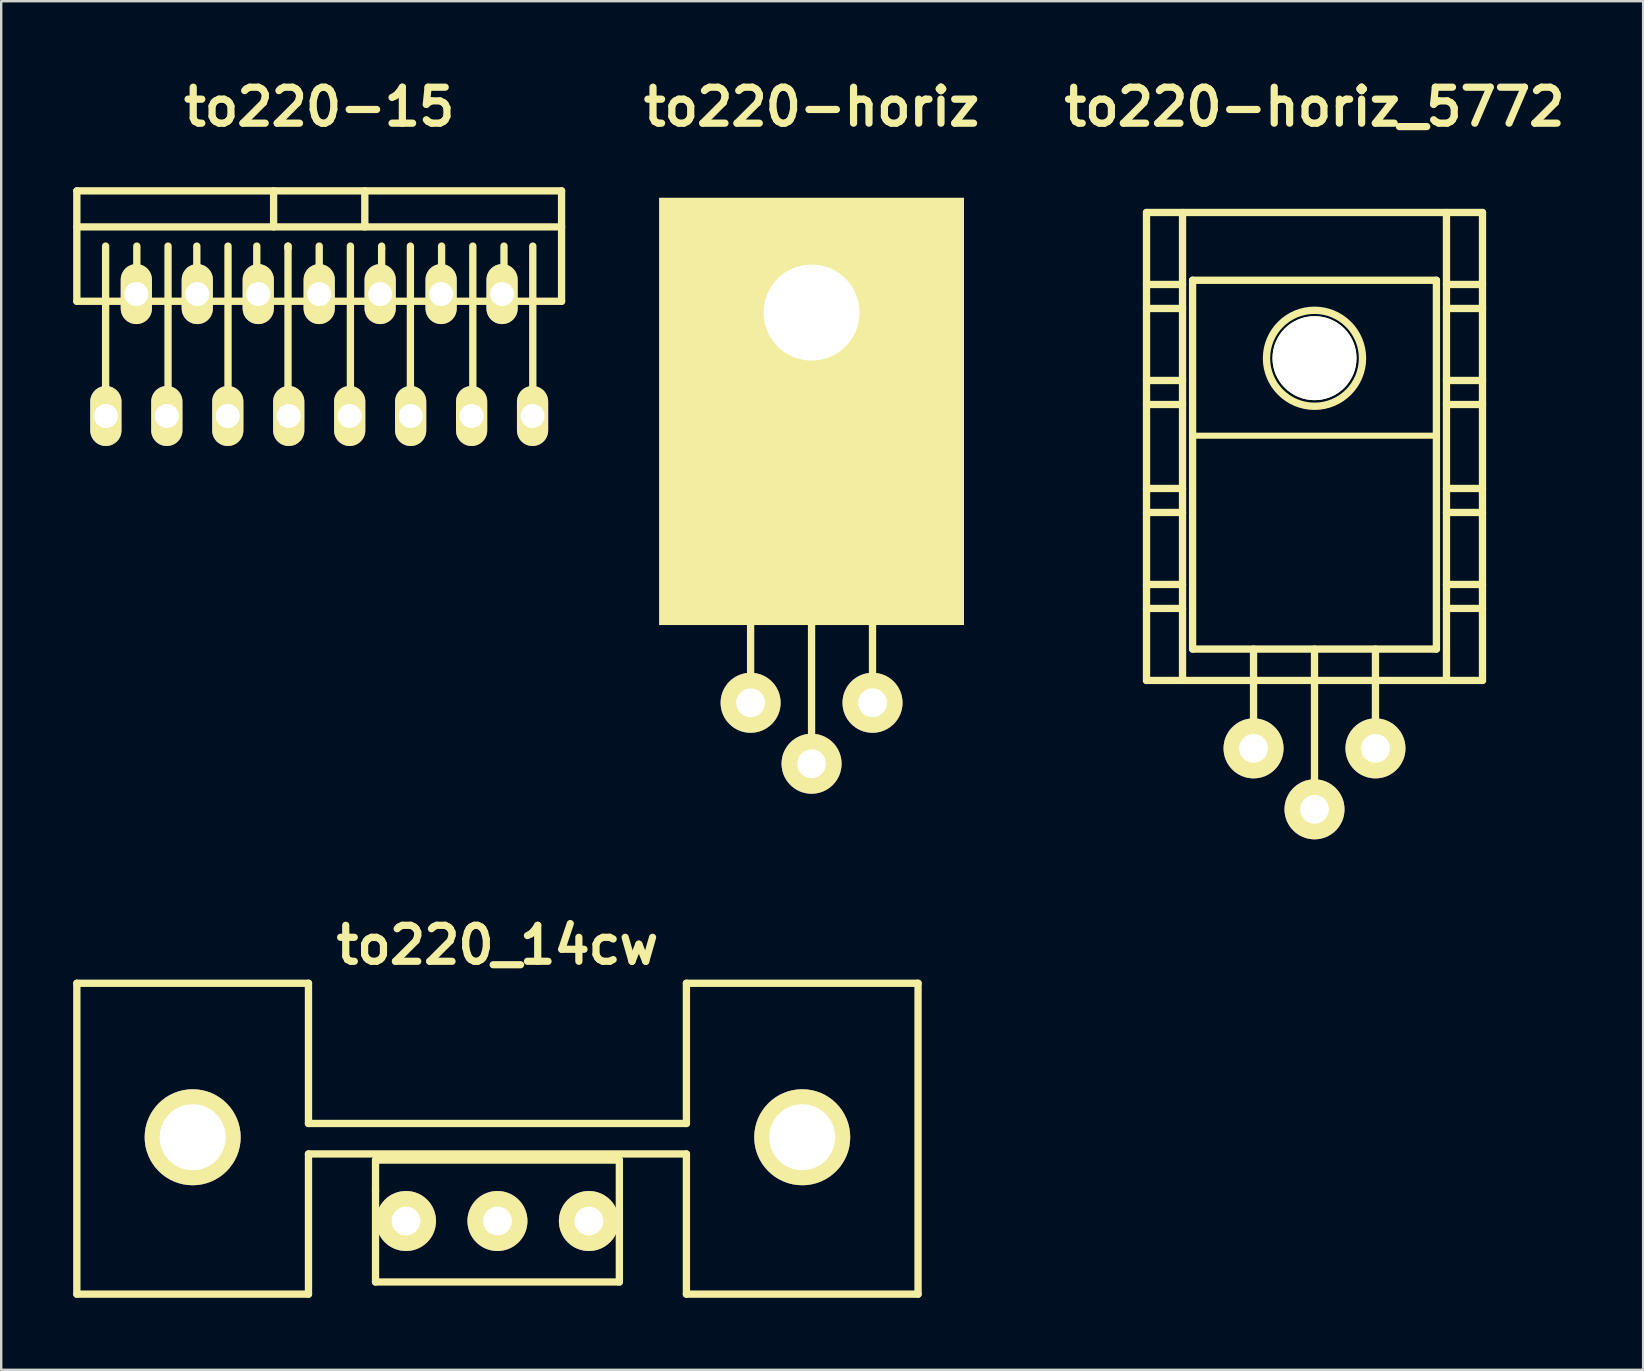
<source format=kicad_pcb>
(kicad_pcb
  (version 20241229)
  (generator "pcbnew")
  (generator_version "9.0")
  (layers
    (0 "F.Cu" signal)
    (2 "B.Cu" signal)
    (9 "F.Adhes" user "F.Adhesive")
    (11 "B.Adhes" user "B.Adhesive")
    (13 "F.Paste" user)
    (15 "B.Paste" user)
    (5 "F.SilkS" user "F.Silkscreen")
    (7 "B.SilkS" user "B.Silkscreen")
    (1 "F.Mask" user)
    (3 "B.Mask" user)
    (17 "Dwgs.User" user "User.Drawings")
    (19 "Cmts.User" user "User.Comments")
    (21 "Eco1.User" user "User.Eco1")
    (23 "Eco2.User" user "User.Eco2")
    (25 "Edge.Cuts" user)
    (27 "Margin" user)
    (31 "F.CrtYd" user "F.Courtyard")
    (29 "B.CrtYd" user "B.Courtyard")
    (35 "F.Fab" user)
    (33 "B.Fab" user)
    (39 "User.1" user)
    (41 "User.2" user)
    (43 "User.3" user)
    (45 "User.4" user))
  (footprint "to220-horiz_5772"
    (layer "F.Cu")
    (at 51.724 19.804)
    (property "Reference" "to220-horiz_5772" (at 0 -18.4 0) (layer "F.SilkS") (effects (font (size 1.5 1.5) (thickness 0.3))))
    (attr through_hole)
    (fp_line (start -7 -14) (end -7 5.499) (stroke (width 0.305) (type solid)) (layer "F.SilkS"))
    (fp_line (start -7 -11.001) (end -5.499 -11.001) (stroke (width 0.305) (type solid)) (layer "F.SilkS"))
    (fp_line (start -7 -10) (end -5.499 -10) (stroke (width 0.305) (type solid)) (layer "F.SilkS"))
    (fp_line (start -7 -7) (end -5.499 -7) (stroke (width 0.305) (type solid)) (layer "F.SilkS"))
    (fp_line (start -7 -5.999) (end -5.499 -5.999) (stroke (width 0.305) (type solid)) (layer "F.SilkS"))
    (fp_line (start -7 -2.499) (end -5.499 -2.499) (stroke (width 0.305) (type solid)) (layer "F.SilkS"))
    (fp_line (start -7 -1.501) (end -5.499 -1.501) (stroke (width 0.305) (type solid)) (layer "F.SilkS"))
    (fp_line (start -7 1.501) (end -5.499 1.501) (stroke (width 0.305) (type solid)) (layer "F.SilkS"))
    (fp_line (start -7 2.499) (end -5.499 2.499) (stroke (width 0.305) (type solid)) (layer "F.SilkS"))
    (fp_line (start -7 5.499) (end 7 5.499) (stroke (width 0.305) (type solid)) (layer "F.SilkS"))
    (fp_line (start -5.499 5.499) (end -5.499 -14) (stroke (width 0.305) (type solid)) (layer "F.SilkS"))
    (fp_line (start -5.08 -11.176) (end -5.08 4.191) (stroke (width 0.305) (type solid)) (layer "F.SilkS"))
    (fp_line (start -5.08 4.191) (end 5.08 4.191) (stroke (width 0.305) (type solid)) (layer "F.SilkS"))
    (fp_line (start -2.54 8.382) (end -2.54 4.191) (stroke (width 0.305) (type solid)) (layer "F.SilkS"))
    (fp_line (start 0 4.191) (end 0 10.922) (stroke (width 0.305) (type solid)) (layer "F.SilkS"))
    (fp_line (start 2.54 8.382) (end 2.54 4.191) (stroke (width 0.305) (type solid)) (layer "F.SilkS"))
    (fp_line (start 5.08 -11.176) (end -5.08 -11.176) (stroke (width 0.305) (type solid)) (layer "F.SilkS"))
    (fp_line (start 5.08 -4.699) (end -5.08 -4.699) (stroke (width 0.254) (type solid)) (layer "F.SilkS"))
    (fp_line (start 5.08 4.191) (end 5.08 -11.176) (stroke (width 0.305) (type solid)) (layer "F.SilkS"))
    (fp_line (start 5.499 -14) (end 5.499 5.499) (stroke (width 0.305) (type solid)) (layer "F.SilkS"))
    (fp_line (start 5.499 -11.001) (end 7 -11.001) (stroke (width 0.305) (type solid)) (layer "F.SilkS"))
    (fp_line (start 5.499 -10) (end 7 -10) (stroke (width 0.305) (type solid)) (layer "F.SilkS"))
    (fp_line (start 5.499 -7) (end 7 -7) (stroke (width 0.305) (type solid)) (layer "F.SilkS"))
    (fp_line (start 5.499 -5.999) (end 7 -5.999) (stroke (width 0.305) (type solid)) (layer "F.SilkS"))
    (fp_line (start 5.499 -2.499) (end 7 -2.499) (stroke (width 0.305) (type solid)) (layer "F.SilkS"))
    (fp_line (start 5.499 -1.501) (end 7 -1.501) (stroke (width 0.305) (type solid)) (layer "F.SilkS"))
    (fp_line (start 5.499 1.501) (end 7 1.501) (stroke (width 0.305) (type solid)) (layer "F.SilkS"))
    (fp_line (start 5.499 2.499) (end 7 2.499) (stroke (width 0.305) (type solid)) (layer "F.SilkS"))
    (fp_line (start 7 -14) (end -7 -14) (stroke (width 0.305) (type solid)) (layer "F.SilkS"))
    (fp_line (start 7 5.499) (end 7 -14) (stroke (width 0.305) (type solid)) (layer "F.SilkS"))
    (fp_circle (center 0 -7.925) (end -1.999 -8.001) (stroke (width 0.305) (type solid)) (fill no) (layer "F.SilkS"))
    (pad "" np_thru_hole circle (at 0 -7.93) (size 3.5 3.5) (drill 3.5) (layers "*.Cu" "*.Mask" "F.SilkS"))
    (pad "1" thru_hole circle (at 2.54 8.33) (size 2.5 2.5) (drill 1.2) (layers "*.Cu" "*.Mask" "F.SilkS"))
    (pad "2" thru_hole circle (at 0 10.87) (size 2.5 2.5) (drill 1.2) (layers "*.Cu" "*.Mask" "F.SilkS"))
    (pad "3" thru_hole circle (at -2.54 8.33) (size 2.5 2.5) (drill 1.2) (layers "*.Cu" "*.Mask" "F.SilkS")))
  (footprint "to220_14cw"
    (layer "F.Cu")
    (at 17.678 47.828)
    (property "Reference" "to220_14cw" (at 0 -11.5 0) (layer "F.SilkS") (effects (font (size 1.5 1.5) (thickness 0.3))))
    (attr through_hole)
    (fp_line (start -17.526 -9.906) (end -17.526 3.048) (stroke (width 0.305) (type solid)) (layer "F.SilkS"))
    (fp_line (start -17.526 3.048) (end -7.874 3.048) (stroke (width 0.305) (type solid)) (layer "F.SilkS"))
    (fp_line (start -7.874 -9.906) (end -17.526 -9.906) (stroke (width 0.305) (type solid)) (layer "F.SilkS"))
    (fp_line (start -7.874 -9.906) (end -7.874 -4.064) (stroke (width 0.305) (type solid)) (layer "F.SilkS"))
    (fp_line (start -7.874 -2.794) (end -7.874 3.048) (stroke (width 0.305) (type solid)) (layer "F.SilkS"))
    (fp_line (start -7.874 -2.794) (end 7.874 -2.794) (stroke (width 0.305) (type solid)) (layer "F.SilkS"))
    (fp_line (start -5.08 -2.54) (end -5.08 -1.27) (stroke (width 0.305) (type solid)) (layer "F.SilkS"))
    (fp_line (start -5.08 -1.27) (end -5.08 2.54) (stroke (width 0.305) (type solid)) (layer "F.SilkS"))
    (fp_line (start -5.08 2.54) (end 5.08 2.54) (stroke (width 0.305) (type solid)) (layer "F.SilkS"))
    (fp_line (start 5.08 -2.54) (end -5.08 -2.54) (stroke (width 0.305) (type solid)) (layer "F.SilkS"))
    (fp_line (start 5.08 2.54) (end 5.08 -2.54) (stroke (width 0.305) (type solid)) (layer "F.SilkS"))
    (fp_line (start 7.874 -9.906) (end 7.874 -4.064) (stroke (width 0.305) (type solid)) (layer "F.SilkS"))
    (fp_line (start 7.874 -4.064) (end -7.874 -4.064) (stroke (width 0.305) (type solid)) (layer "F.SilkS"))
    (fp_line (start 7.874 3.048) (end 7.874 -2.794) (stroke (width 0.305) (type solid)) (layer "F.SilkS"))
    (fp_line (start 7.874 3.048) (end 17.526 3.048) (stroke (width 0.305) (type solid)) (layer "F.SilkS"))
    (fp_line (start 17.526 -9.906) (end 7.874 -9.906) (stroke (width 0.305) (type solid)) (layer "F.SilkS"))
    (fp_line (start 17.526 -9.906) (end 17.526 3.048) (stroke (width 0.305) (type solid)) (layer "F.SilkS"))
    (pad "" thru_hole circle (at -12.7 -3.49) (size 4 4) (drill 2.75) (layers "*.Cu" "*.Mask" "F.SilkS"))
    (pad "" thru_hole circle (at 12.7 -3.49) (size 4 4) (drill 2.75) (layers "*.Cu" "*.Mask" "F.SilkS"))
    (pad "1" thru_hole circle (at 3.81 0) (size 2.5 2.5) (drill 1.2) (layers "*.Cu" "*.Mask" "F.SilkS"))
    (pad "2" thru_hole circle (at 0 0) (size 2.5 2.5) (drill 1.2) (layers "*.Cu" "*.Mask" "F.SilkS"))
    (pad "3" thru_hole circle (at -3.81 0) (size 2.5 2.5) (drill 1.2) (layers "*.Cu" "*.Mask" "F.SilkS")))
  (footprint "to220-horiz"
    (layer "F.Cu")
    (at 30.767 17.904)
    (property "Reference" "to220-horiz" (at 0 -16.5 0) (layer "F.SilkS") (effects (font (size 1.5 1.5) (thickness 0.3))))
    (attr through_hole)
    (fp_line (start -5.08 -11.176) (end -5.08 4.191) (stroke (width 0.305) (type solid)) (layer "F.SilkS"))
    (fp_line (start -5.08 4.191) (end 5.08 4.191) (stroke (width 0.305) (type solid)) (layer "F.SilkS"))
    (fp_line (start -2.54 8.382) (end -2.54 4.191) (stroke (width 0.305) (type solid)) (layer "F.SilkS"))
    (fp_line (start 0 4.191) (end 0 10.922) (stroke (width 0.305) (type solid)) (layer "F.SilkS"))
    (fp_line (start 2.54 8.382) (end 2.54 4.191) (stroke (width 0.305) (type solid)) (layer "F.SilkS"))
    (fp_line (start 5.08 -11.176) (end -5.08 -11.176) (stroke (width 0.305) (type solid)) (layer "F.SilkS"))
    (fp_line (start 5.08 -4.699) (end -5.08 -4.699) (stroke (width 0.254) (type solid)) (layer "F.SilkS"))
    (fp_line (start 5.08 4.191) (end 5.08 -11.176) (stroke (width 0.305) (type solid)) (layer "F.SilkS"))
    (pad "1" thru_hole circle (at 2.54 8.33) (size 2.5 2.5) (drill 1.2) (layers "*.Cu" "*.Mask" "F.SilkS"))
    (pad "2" thru_hole circle (at 0 10.87) (size 2.5 2.5) (drill 1.2) (layers "*.Cu" "*.Mask" "F.SilkS"))
    (pad "3" thru_hole circle (at -2.54 8.33) (size 2.5 2.5) (drill 1.2) (layers "*.Cu" "*.Mask" "F.SilkS"))
    (pad "4" thru_hole rect (at 0 -7.93) (size 12.7 17.8) (drill 4 (offset 0 4.12)) (layers "F.Cu" "F.Mask" "F.SilkS")))
  (footprint "to220-15"
    (layer "F.Cu")
    (at 10.251 9.204)
    (property "Reference" "to220-15" (at 0 -7.8 0) (layer "F.SilkS") (effects (font (size 1.5 1.5) (thickness 0.3))))
    (attr through_hole)
    (fp_line (start -10.099 -4.3) (end -10.099 0.3) (stroke (width 0.305) (type solid)) (layer "F.SilkS"))
    (fp_line (start -10.099 0.3) (end 10.099 0.3) (stroke (width 0.305) (type solid)) (layer "F.SilkS"))
    (fp_line (start -8.9 5.1) (end -8.9 -1.999) (stroke (width 0.305) (type solid)) (layer "F.SilkS"))
    (fp_line (start -7.6 0) (end -7.6 -1.999) (stroke (width 0.305) (type solid)) (layer "F.SilkS"))
    (fp_line (start -6.299 5.1) (end -6.299 -1.999) (stroke (width 0.305) (type solid)) (layer "F.SilkS"))
    (fp_line (start -5.1 0) (end -5.1 -1.999) (stroke (width 0.305) (type solid)) (layer "F.SilkS"))
    (fp_line (start -3.8 5.1) (end -3.8 -1.999) (stroke (width 0.305) (type solid)) (layer "F.SilkS"))
    (fp_line (start -2.601 0) (end -2.601 -1.999) (stroke (width 0.305) (type solid)) (layer "F.SilkS"))
    (fp_line (start -1.9 -2.799) (end -1.9 -4.3) (stroke (width 0.305) (type solid)) (layer "F.SilkS"))
    (fp_line (start -1.3 -1.999) (end -1.3 -1.9) (stroke (width 0.305) (type solid)) (layer "F.SilkS"))
    (fp_line (start -1.3 5.1) (end -1.3 -1.999) (stroke (width 0.305) (type solid)) (layer "F.SilkS"))
    (fp_line (start 0 0) (end 0 -1.999) (stroke (width 0.305) (type solid)) (layer "F.SilkS"))
    (fp_line (start 1.3 5.1) (end 1.3 -1.999) (stroke (width 0.305) (type solid)) (layer "F.SilkS"))
    (fp_line (start 1.9 -4.3) (end 1.9 -2.799) (stroke (width 0.305) (type solid)) (layer "F.SilkS"))
    (fp_line (start 2.601 -1.9) (end 2.601 -1.999) (stroke (width 0.305) (type solid)) (layer "F.SilkS"))
    (fp_line (start 2.601 0) (end 2.601 -1.9) (stroke (width 0.305) (type solid)) (layer "F.SilkS"))
    (fp_line (start 3.8 5.1) (end 3.8 -1.999) (stroke (width 0.305) (type solid)) (layer "F.SilkS"))
    (fp_line (start 5.1 0) (end 5.1 -1.999) (stroke (width 0.305) (type solid)) (layer "F.SilkS"))
    (fp_line (start 6.401 5.1) (end 6.401 -1.999) (stroke (width 0.305) (type solid)) (layer "F.SilkS"))
    (fp_line (start 7.699 0) (end 7.699 -1.999) (stroke (width 0.305) (type solid)) (layer "F.SilkS"))
    (fp_line (start 8.9 5.1) (end 8.9 -1.999) (stroke (width 0.305) (type solid)) (layer "F.SilkS"))
    (fp_line (start 10.099 -4.3) (end -10.099 -4.3) (stroke (width 0.305) (type solid)) (layer "F.SilkS"))
    (fp_line (start 10.099 -2.799) (end -10.099 -2.799) (stroke (width 0.305) (type solid)) (layer "F.SilkS"))
    (fp_line (start 10.099 0.3) (end 10.099 -4.3) (stroke (width 0.305) (type solid)) (layer "F.SilkS"))
    (pad "1" thru_hole oval (at -8.89 5.08) (size 1.3 2.5) (drill 1) (layers "*.Cu" "*.Mask" "F.SilkS"))
    (pad "2" thru_hole oval (at -7.62 0) (size 1.3 2.5) (drill 1) (layers "*.Cu" "*.Mask" "F.SilkS"))
    (pad "3" thru_hole oval (at -6.35 5.08) (size 1.3 2.5) (drill 1) (layers "*.Cu" "*.Mask" "F.SilkS"))
    (pad "4" thru_hole oval (at -5.08 0) (size 1.3 2.5) (drill 1) (layers "*.Cu" "*.Mask" "F.SilkS"))
    (pad "5" thru_hole oval (at -3.81 5.08) (size 1.3 2.5) (drill 1) (layers "*.Cu" "*.Mask" "F.SilkS"))
    (pad "6" thru_hole oval (at -2.54 0) (size 1.3 2.5) (drill 1) (layers "*.Cu" "*.Mask" "F.SilkS"))
    (pad "7" thru_hole oval (at -1.27 5.08) (size 1.3 2.5) (drill 1) (layers "*.Cu" "*.Mask" "F.SilkS"))
    (pad "8" thru_hole oval (at 0 0) (size 1.3 2.5) (drill 1) (layers "*.Cu" "*.Mask" "F.SilkS"))
    (pad "9" thru_hole oval (at 1.27 5.08) (size 1.3 2.5) (drill 1) (layers "*.Cu" "*.Mask" "F.SilkS"))
    (pad "10" thru_hole oval (at 2.54 0) (size 1.3 2.5) (drill 1) (layers "*.Cu" "*.Mask" "F.SilkS"))
    (pad "11" thru_hole oval (at 3.81 5.08) (size 1.3 2.5) (drill 1) (layers "*.Cu" "*.Mask" "F.SilkS"))
    (pad "12" thru_hole oval (at 5.08 0) (size 1.3 2.5) (drill 1) (layers "*.Cu" "*.Mask" "F.SilkS"))
    (pad "13" thru_hole oval (at 6.35 5.08) (size 1.3 2.5) (drill 1) (layers "*.Cu" "*.Mask" "F.SilkS"))
    (pad "14" thru_hole oval (at 7.62 0) (size 1.3 2.5) (drill 1) (layers "*.Cu" "*.Mask" "F.SilkS"))
    (pad "15" thru_hole oval (at 8.89 5.08) (size 1.3 2.5) (drill 1) (layers "*.Cu" "*.Mask" "F.SilkS")))
  (gr_rect
    (start -3 -3)
    (end 65.417 54.028)
    (stroke (width 0.1) (type default))
    (fill no)
    (layer "Edge.Cuts")))
</source>
